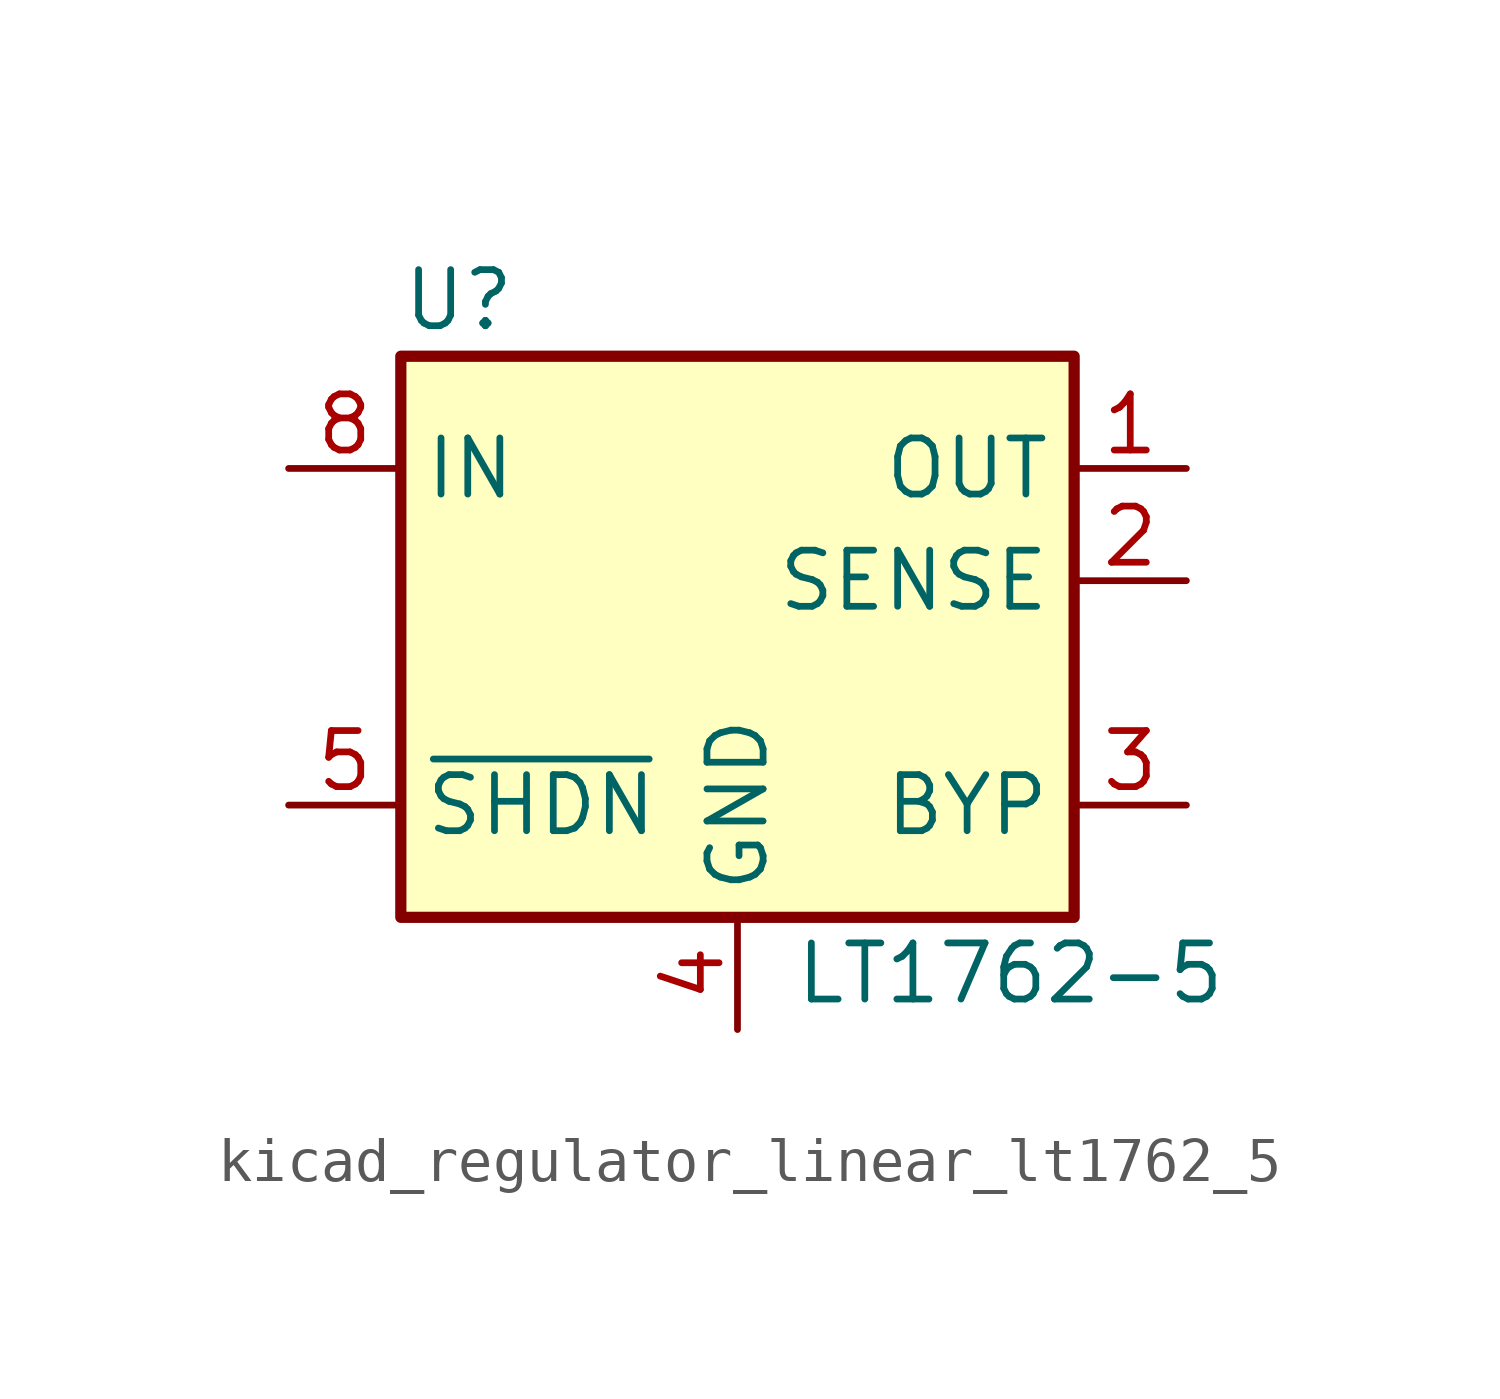
<source format=kicad_sym>
(kicad_symbol_lib
  (version 20220914)
  (generator kicad_symbol_editor)
  (symbol "kicad_regulator_linear_lt1762_5"
    (property "Reference" "U"
      (at -7.62 8.89 0)
      (effects (font (size 1.27 1.27)) (justify left)))
    (property "Value" "LT1762-5"
      (at 1.27 -6.35 0)
      (effects (font (size 1.27 1.27)) (justify left)))
    (symbol "kicad_regulator_linear_lt1762_5_0_1"
      (rectangle (start -7.62 7.62) (end 7.62 -5.08) (stroke (width 0.254) (type default)) (fill (type background))))
    (symbol "kicad_regulator_linear_lt1762_5_1_1"
      (pin power_out line (at 10.16 5.08 180) (length 2.54) (name "OUT" (effects (font (size 1.27 1.27)))) (number "1" (effects (font (size 1.27 1.27)))))
      (pin input line (at 10.16 2.54 180) (length 2.54) (name "SENSE" (effects (font (size 1.27 1.27)))) (number "2" (effects (font (size 1.27 1.27)))))
      (pin passive line (at 10.16 -2.54 180) (length 2.54) (name "BYP" (effects (font (size 1.27 1.27)))) (number "3" (effects (font (size 1.27 1.27)))))
      (pin power_in line (at 0 -7.62 90) (length 2.54) (name "GND" (effects (font (size 1.27 1.27)))) (number "4" (effects (font (size 1.27 1.27)))))
      (pin input line (at -10.16 -2.54 0) (length 2.54) (name "~{SHDN}" (effects (font (size 1.27 1.27)))) (number "5" (effects (font (size 1.27 1.27)))))
      (pin no_connect line (at 2.54 5.08 90) (length 2.54) hide (name "NC" (effects (font (size 1.27 1.27)))) (number "6" (effects (font (size 1.27 1.27)))))
      (pin no_connect line (at 2.54 2.54 90) (length 2.54) hide (name "NC" (effects (font (size 1.27 1.27)))) (number "7" (effects (font (size 1.27 1.27)))))
      (pin power_in line (at -10.16 5.08 0) (length 2.54) (name "IN" (effects (font (size 1.27 1.27)))) (number "8" (effects (font (size 1.27 1.27))))))))
</source>
